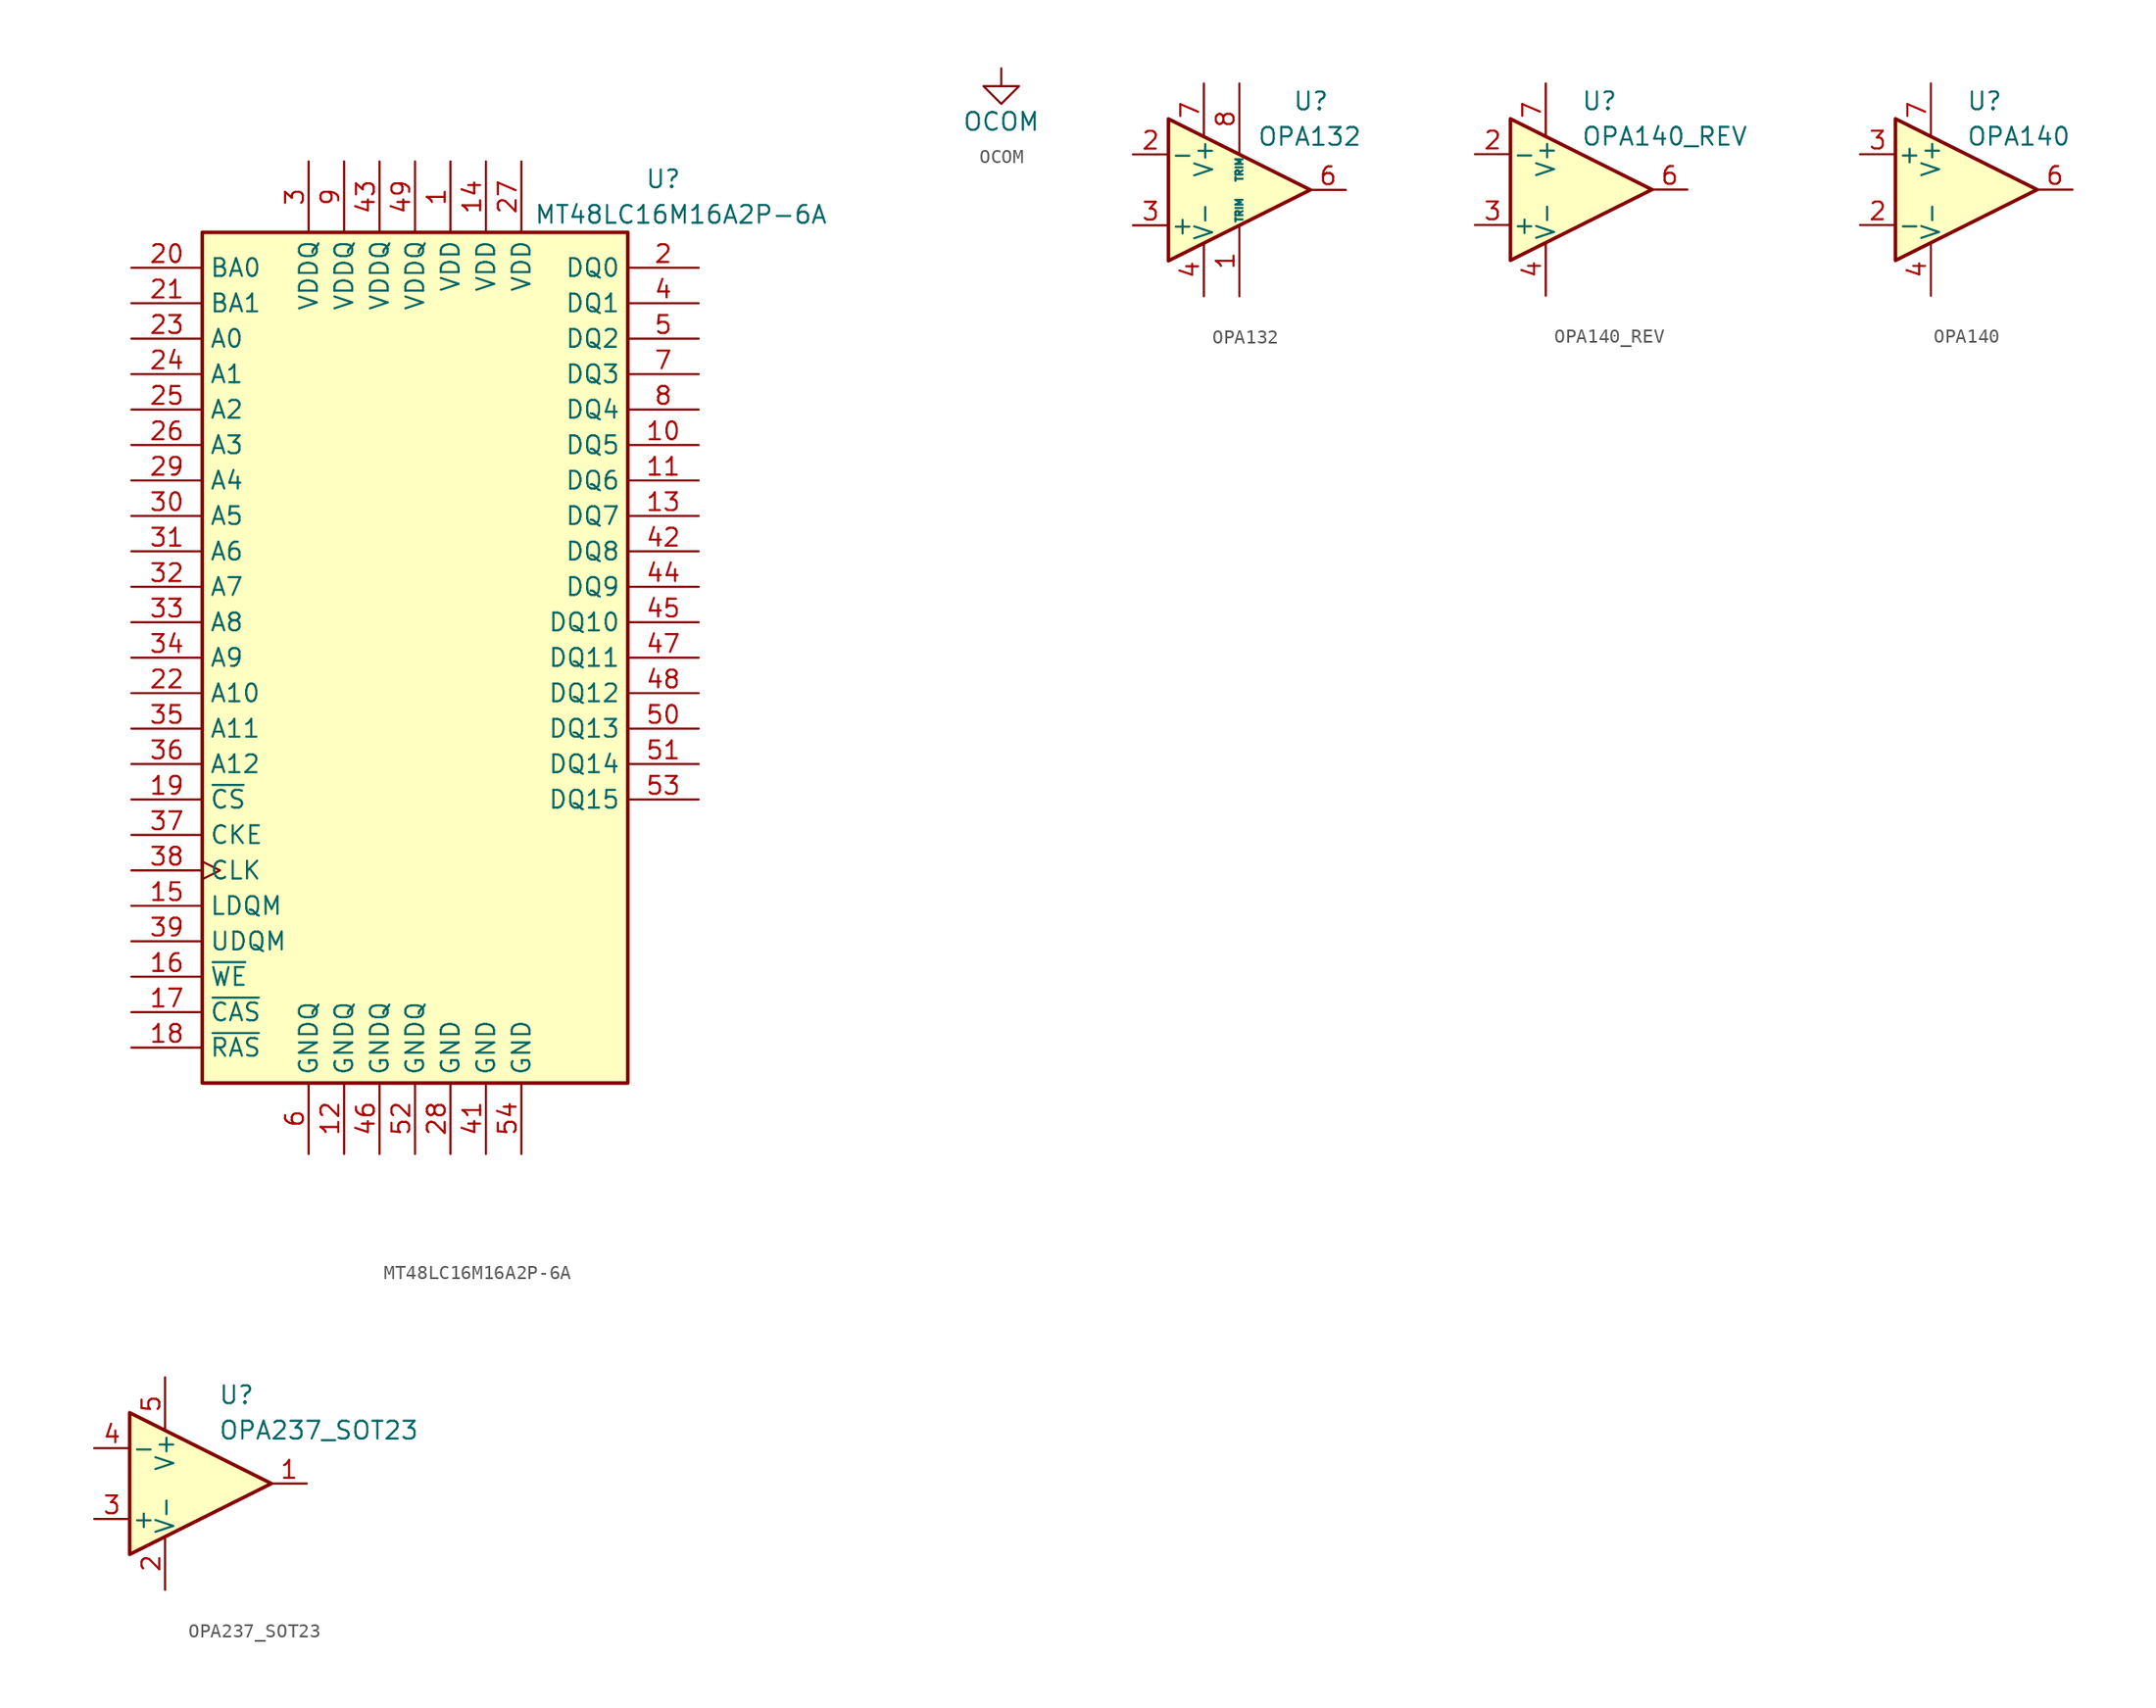
<source format=kicad_sym>
(kicad_symbol_lib
  (version 20220914)
  (generator kicad_symbol_editor)
  (symbol "MT48LC16M16A2P-6A"
    (property "Reference" "U"
      (at 17.78 34.29 0)
      (effects (font (size 1.27 1.27))))
    (property "Value" "MT48LC16M16A2P-6A"
      (at 19.05 31.75 0)
      (effects (font (size 1.27 1.27))))
    (symbol "MT48LC16M16A2P-6A_1_1"
      (rectangle (start -15.24 30.48) (end 15.24 -30.48) (stroke (width 0.254) (type default)) (fill (type background)))
      (pin power_in line (at 2.54 35.56 270) (length 5.08) (name "VDD" (effects (font (size 1.27 1.27)))) (number "1" (effects (font (size 1.27 1.27)))))
      (pin bidirectional line (at 20.32 15.24 180) (length 5.08) (name "DQ5" (effects (font (size 1.27 1.27)))) (number "10" (effects (font (size 1.27 1.27)))))
      (pin bidirectional line (at 20.32 12.7 180) (length 5.08) (name "DQ6" (effects (font (size 1.27 1.27)))) (number "11" (effects (font (size 1.27 1.27)))))
      (pin power_in line (at -5.08 -35.56 90) (length 5.08) (name "GNDQ" (effects (font (size 1.27 1.27)))) (number "12" (effects (font (size 1.27 1.27)))))
      (pin bidirectional line (at 20.32 10.16 180) (length 5.08) (name "DQ7" (effects (font (size 1.27 1.27)))) (number "13" (effects (font (size 1.27 1.27)))))
      (pin power_in line (at 5.08 35.56 270) (length 5.08) (name "VDD" (effects (font (size 1.27 1.27)))) (number "14" (effects (font (size 1.27 1.27)))))
      (pin input line (at -20.32 -17.78 0) (length 5.08) (name "LDQM" (effects (font (size 1.27 1.27)))) (number "15" (effects (font (size 1.27 1.27)))))
      (pin input line (at -20.32 -22.86 0) (length 5.08) (name "~{WE}" (effects (font (size 1.27 1.27)))) (number "16" (effects (font (size 1.27 1.27)))))
      (pin input line (at -20.32 -25.4 0) (length 5.08) (name "~{CAS}" (effects (font (size 1.27 1.27)))) (number "17" (effects (font (size 1.27 1.27)))))
      (pin input line (at -20.32 -27.94 0) (length 5.08) (name "~{RAS}" (effects (font (size 1.27 1.27)))) (number "18" (effects (font (size 1.27 1.27)))))
      (pin input line (at -20.32 -10.16 0) (length 5.08) (name "~{CS}" (effects (font (size 1.27 1.27)))) (number "19" (effects (font (size 1.27 1.27)))))
      (pin bidirectional line (at 20.32 27.94 180) (length 5.08) (name "DQ0" (effects (font (size 1.27 1.27)))) (number "2" (effects (font (size 1.27 1.27)))))
      (pin input line (at -20.32 27.94 0) (length 5.08) (name "BA0" (effects (font (size 1.27 1.27)))) (number "20" (effects (font (size 1.27 1.27)))))
      (pin input line (at -20.32 25.4 0) (length 5.08) (name "BA1" (effects (font (size 1.27 1.27)))) (number "21" (effects (font (size 1.27 1.27)))))
      (pin input line (at -20.32 -2.54 0) (length 5.08) (name "A10" (effects (font (size 1.27 1.27)))) (number "22" (effects (font (size 1.27 1.27)))))
      (pin input line (at -20.32 22.86 0) (length 5.08) (name "A0" (effects (font (size 1.27 1.27)))) (number "23" (effects (font (size 1.27 1.27)))))
      (pin input line (at -20.32 20.32 0) (length 5.08) (name "A1" (effects (font (size 1.27 1.27)))) (number "24" (effects (font (size 1.27 1.27)))))
      (pin input line (at -20.32 17.78 0) (length 5.08) (name "A2" (effects (font (size 1.27 1.27)))) (number "25" (effects (font (size 1.27 1.27)))))
      (pin input line (at -20.32 15.24 0) (length 5.08) (name "A3" (effects (font (size 1.27 1.27)))) (number "26" (effects (font (size 1.27 1.27)))))
      (pin power_in line (at 7.62 35.56 270) (length 5.08) (name "VDD" (effects (font (size 1.27 1.27)))) (number "27" (effects (font (size 1.27 1.27)))))
      (pin power_in line (at 2.54 -35.56 90) (length 5.08) (name "GND" (effects (font (size 1.27 1.27)))) (number "28" (effects (font (size 1.27 1.27)))))
      (pin input line (at -20.32 12.7 0) (length 5.08) (name "A4" (effects (font (size 1.27 1.27)))) (number "29" (effects (font (size 1.27 1.27)))))
      (pin power_in line (at -7.62 35.56 270) (length 5.08) (name "VDDQ" (effects (font (size 1.27 1.27)))) (number "3" (effects (font (size 1.27 1.27)))))
      (pin input line (at -20.32 10.16 0) (length 5.08) (name "A5" (effects (font (size 1.27 1.27)))) (number "30" (effects (font (size 1.27 1.27)))))
      (pin input line (at -20.32 7.62 0) (length 5.08) (name "A6" (effects (font (size 1.27 1.27)))) (number "31" (effects (font (size 1.27 1.27)))))
      (pin input line (at -20.32 5.08 0) (length 5.08) (name "A7" (effects (font (size 1.27 1.27)))) (number "32" (effects (font (size 1.27 1.27)))))
      (pin input line (at -20.32 2.54 0) (length 5.08) (name "A8" (effects (font (size 1.27 1.27)))) (number "33" (effects (font (size 1.27 1.27)))))
      (pin input line (at -20.32 0 0) (length 5.08) (name "A9" (effects (font (size 1.27 1.27)))) (number "34" (effects (font (size 1.27 1.27)))))
      (pin input line (at -20.32 -5.08 0) (length 5.08) (name "A11" (effects (font (size 1.27 1.27)))) (number "35" (effects (font (size 1.27 1.27)))))
      (pin input line (at -20.32 -7.62 0) (length 5.08) (name "A12" (effects (font (size 1.27 1.27)))) (number "36" (effects (font (size 1.27 1.27)))))
      (pin input line (at -20.32 -12.7 0) (length 5.08) (name "CKE" (effects (font (size 1.27 1.27)))) (number "37" (effects (font (size 1.27 1.27)))))
      (pin input clock (at -20.32 -15.24 0) (length 5.08) (name "CLK" (effects (font (size 1.27 1.27)))) (number "38" (effects (font (size 1.27 1.27)))))
      (pin input line (at -20.32 -20.32 0) (length 5.08) (name "UDQM" (effects (font (size 1.27 1.27)))) (number "39" (effects (font (size 1.27 1.27)))))
      (pin bidirectional line (at 20.32 25.4 180) (length 5.08) (name "DQ1" (effects (font (size 1.27 1.27)))) (number "4" (effects (font (size 1.27 1.27)))))
      (pin no_connect line (at 15.24 -20.32 180) (length 5.08) hide (name "NC" (effects (font (size 1.27 1.27)))) (number "40" (effects (font (size 1.27 1.27)))))
      (pin power_in line (at 5.08 -35.56 90) (length 5.08) (name "GND" (effects (font (size 1.27 1.27)))) (number "41" (effects (font (size 1.27 1.27)))))
      (pin bidirectional line (at 20.32 7.62 180) (length 5.08) (name "DQ8" (effects (font (size 1.27 1.27)))) (number "42" (effects (font (size 1.27 1.27)))))
      (pin power_in line (at -2.54 35.56 270) (length 5.08) (name "VDDQ" (effects (font (size 1.27 1.27)))) (number "43" (effects (font (size 1.27 1.27)))))
      (pin bidirectional line (at 20.32 5.08 180) (length 5.08) (name "DQ9" (effects (font (size 1.27 1.27)))) (number "44" (effects (font (size 1.27 1.27)))))
      (pin bidirectional line (at 20.32 2.54 180) (length 5.08) (name "DQ10" (effects (font (size 1.27 1.27)))) (number "45" (effects (font (size 1.27 1.27)))))
      (pin power_in line (at -2.54 -35.56 90) (length 5.08) (name "GNDQ" (effects (font (size 1.27 1.27)))) (number "46" (effects (font (size 1.27 1.27)))))
      (pin bidirectional line (at 20.32 0 180) (length 5.08) (name "DQ11" (effects (font (size 1.27 1.27)))) (number "47" (effects (font (size 1.27 1.27)))))
      (pin bidirectional line (at 20.32 -2.54 180) (length 5.08) (name "DQ12" (effects (font (size 1.27 1.27)))) (number "48" (effects (font (size 1.27 1.27)))))
      (pin power_in line (at 0 35.56 270) (length 5.08) (name "VDDQ" (effects (font (size 1.27 1.27)))) (number "49" (effects (font (size 1.27 1.27)))))
      (pin bidirectional line (at 20.32 22.86 180) (length 5.08) (name "DQ2" (effects (font (size 1.27 1.27)))) (number "5" (effects (font (size 1.27 1.27)))))
      (pin bidirectional line (at 20.32 -5.08 180) (length 5.08) (name "DQ13" (effects (font (size 1.27 1.27)))) (number "50" (effects (font (size 1.27 1.27)))))
      (pin bidirectional line (at 20.32 -7.62 180) (length 5.08) (name "DQ14" (effects (font (size 1.27 1.27)))) (number "51" (effects (font (size 1.27 1.27)))))
      (pin power_in line (at 0 -35.56 90) (length 5.08) (name "GNDQ" (effects (font (size 1.27 1.27)))) (number "52" (effects (font (size 1.27 1.27)))))
      (pin bidirectional line (at 20.32 -10.16 180) (length 5.08) (name "DQ15" (effects (font (size 1.27 1.27)))) (number "53" (effects (font (size 1.27 1.27)))))
      (pin power_in line (at 7.62 -35.56 90) (length 5.08) (name "GND" (effects (font (size 1.27 1.27)))) (number "54" (effects (font (size 1.27 1.27)))))
      (pin power_in line (at -7.62 -35.56 90) (length 5.08) (name "GNDQ" (effects (font (size 1.27 1.27)))) (number "6" (effects (font (size 1.27 1.27)))))
      (pin bidirectional line (at 20.32 20.32 180) (length 5.08) (name "DQ3" (effects (font (size 1.27 1.27)))) (number "7" (effects (font (size 1.27 1.27)))))
      (pin bidirectional line (at 20.32 17.78 180) (length 5.08) (name "DQ4" (effects (font (size 1.27 1.27)))) (number "8" (effects (font (size 1.27 1.27)))))
      (pin power_in line (at -5.08 35.56 270) (length 5.08) (name "VDDQ" (effects (font (size 1.27 1.27)))) (number "9" (effects (font (size 1.27 1.27)))))))
  (symbol "OCOM"
    (power)
    (pin_names
      (offset 0))
    (property "Reference" "#PWR"
      (at 0 -6.35 0)
      (effects (font (size 1.27 1.27)) hide))
    (property "Value" "OCOM"
      (at 0 -3.81 0)
      (effects (font (size 1.27 1.27))))
    (symbol "OCOM_0_1"
      (polyline (pts (xy 0 0) (xy 0 -1.27) (xy 1.27 -1.27) (xy 0 -2.54) (xy -1.27 -1.27) (xy 0 -1.27)) (stroke (width 0) (type default)) (fill (type none))))
    (symbol "OCOM_1_1"
      (pin power_in line (at 0 0 270) (length 0) hide (name "OCOM" (effects (font (size 1.27 1.27)))) (number "1" (effects (font (size 1.27 1.27)))))))
  (symbol "OPA132"
    (pin_names
      (offset 0.127))
    (property "Reference" "U"
      (at 3.81 6.35 0)
      (effects (font (size 1.27 1.27)) (justify left)))
    (property "Value" "OPA132"
      (at 1.27 3.81 0)
      (effects (font (size 1.27 1.27)) (justify left)))
    (symbol "OPA132_0_1"
      (polyline (pts (xy -5.08 5.08) (xy 5.08 0) (xy -5.08 -5.08) (xy -5.08 5.08)) (stroke (width 0.254) (type default)) (fill (type background))))
    (symbol "OPA132_1_1"
      (pin input line (at 0 -7.62 90) (length 5.08) (name "TRIM" (effects (font (size 0.508 0.508)))) (number "1" (effects (font (size 1.27 1.27)))))
      (pin input line (at -7.62 2.54 0) (length 2.54) (name "-" (effects (font (size 1.27 1.27)))) (number "2" (effects (font (size 1.27 1.27)))))
      (pin input line (at -7.62 -2.54 0) (length 2.54) (name "+" (effects (font (size 1.27 1.27)))) (number "3" (effects (font (size 1.27 1.27)))))
      (pin power_in line (at -2.54 -7.62 90) (length 3.81) (name "V-" (effects (font (size 1.27 1.27)))) (number "4" (effects (font (size 1.27 1.27)))))
      (pin no_connect non_logic (at 2.54 -1.27 90) (length 0) hide (name "NC" (effects (font (size 0.508 0.508)))) (number "5" (effects (font (size 1.27 1.27)))))
      (pin output line (at 7.62 0 180) (length 2.54) (name "~" (effects (font (size 1.27 1.27)))) (number "6" (effects (font (size 1.27 1.27)))))
      (pin power_in line (at -2.54 7.62 270) (length 3.81) (name "V+" (effects (font (size 1.27 1.27)))) (number "7" (effects (font (size 1.27 1.27)))))
      (pin input line (at 0 7.62 270) (length 5.08) (name "TRIM" (effects (font (size 0.508 0.508)))) (number "8" (effects (font (size 1.27 1.27)))))))
  (symbol "OPA140_REV"
    (pin_names
      (offset 0.127))
    (property "Reference" "U"
      (at 0 6.35 0)
      (effects (font (size 1.27 1.27)) (justify left)))
    (property "Value" "OPA140_REV"
      (at 0 3.81 0)
      (effects (font (size 1.27 1.27)) (justify left)))
    (symbol "OPA140_REV_0_1"
      (polyline (pts (xy -5.08 5.08) (xy 5.08 0) (xy -5.08 -5.08) (xy -5.08 5.08)) (stroke (width 0.254) (type default)) (fill (type background))))
    (symbol "OPA140_REV_1_1"
      (pin no_connect non_logic (at -5.08 1.27 180) (length 0) hide (name "NULL" (effects (font (size 0.508 0.508)))) (number "1" (effects (font (size 1.27 1.27)))))
      (pin input line (at -7.62 2.54 0) (length 2.54) (name "-" (effects (font (size 1.27 1.27)))) (number "2" (effects (font (size 1.27 1.27)))))
      (pin input line (at -7.62 -2.54 0) (length 2.54) (name "+" (effects (font (size 1.27 1.27)))) (number "3" (effects (font (size 1.27 1.27)))))
      (pin power_in line (at -2.54 -7.62 90) (length 3.81) (name "V-" (effects (font (size 1.27 1.27)))) (number "4" (effects (font (size 1.27 1.27)))))
      (pin no_connect non_logic (at -5.08 -1.27 180) (length 0) hide (name "NULL" (effects (font (size 0.508 0.508)))) (number "5" (effects (font (size 1.27 1.27)))))
      (pin output line (at 7.62 0 180) (length 2.54) (name "~" (effects (font (size 1.27 1.27)))) (number "6" (effects (font (size 1.27 1.27)))))
      (pin power_in line (at -2.54 7.62 270) (length 3.81) (name "V+" (effects (font (size 1.27 1.27)))) (number "7" (effects (font (size 1.27 1.27)))))
      (pin no_connect line (at 0 2.54 270) (length 2.54) hide (name "NC" (effects (font (size 1.27 1.27)))) (number "8" (effects (font (size 1.27 1.27)))))))
  (symbol "OPA140"
    (pin_names
      (offset 0.127))
    (property "Reference" "U"
      (at 0 6.35 0)
      (effects (font (size 1.27 1.27)) (justify left)))
    (property "Value" "OPA140"
      (at 0 3.81 0)
      (effects (font (size 1.27 1.27)) (justify left)))
    (symbol "OPA140_0_1"
      (polyline (pts (xy -5.08 5.08) (xy 5.08 0) (xy -5.08 -5.08) (xy -5.08 5.08)) (stroke (width 0.254) (type default)) (fill (type background))))
    (symbol "OPA140_1_1"
      (pin no_connect non_logic (at -5.08 1.27 180) (length 0) hide (name "NULL" (effects (font (size 0.508 0.508)))) (number "1" (effects (font (size 1.27 1.27)))))
      (pin input line (at -7.62 -2.54 0) (length 2.54) (name "-" (effects (font (size 1.27 1.27)))) (number "2" (effects (font (size 1.27 1.27)))))
      (pin input line (at -7.62 2.54 0) (length 2.54) (name "+" (effects (font (size 1.27 1.27)))) (number "3" (effects (font (size 1.27 1.27)))))
      (pin power_in line (at -2.54 -7.62 90) (length 3.81) (name "V-" (effects (font (size 1.27 1.27)))) (number "4" (effects (font (size 1.27 1.27)))))
      (pin no_connect non_logic (at -5.08 -1.27 180) (length 0) hide (name "NULL" (effects (font (size 0.508 0.508)))) (number "5" (effects (font (size 1.27 1.27)))))
      (pin output line (at 7.62 0 180) (length 2.54) (name "~" (effects (font (size 1.27 1.27)))) (number "6" (effects (font (size 1.27 1.27)))))
      (pin power_in line (at -2.54 7.62 270) (length 3.81) (name "V+" (effects (font (size 1.27 1.27)))) (number "7" (effects (font (size 1.27 1.27)))))
      (pin no_connect line (at 0 2.54 270) (length 2.54) hide (name "NC" (effects (font (size 1.27 1.27)))) (number "8" (effects (font (size 1.27 1.27)))))))
  (symbol "OPA237_SOT23"
    (pin_names
      (offset 0.127))
    (property "Reference" "U"
      (at 2.54 6.35 0)
      (effects (font (size 1.27 1.27)) (justify left)))
    (property "Value" "OPA237_SOT23"
      (at 2.54 3.81 0)
      (effects (font (size 1.27 1.27)) (justify left)))
    (symbol "OPA237_SOT23_0_1"
      (polyline (pts (xy -3.81 5.08) (xy 6.35 0) (xy -3.81 -5.08) (xy -3.81 5.08)) (stroke (width 0.254) (type default)) (fill (type background))))
    (symbol "OPA237_SOT23_1_1"
      (pin output line (at 8.89 0 180) (length 2.54) (name "~" (effects (font (size 1.27 1.27)))) (number "1" (effects (font (size 1.27 1.27)))))
      (pin power_in line (at -1.27 -7.62 90) (length 3.81) (name "V-" (effects (font (size 1.27 1.27)))) (number "2" (effects (font (size 1.27 1.27)))))
      (pin input line (at -6.35 -2.54 0) (length 2.54) (name "+" (effects (font (size 1.27 1.27)))) (number "3" (effects (font (size 1.27 1.27)))))
      (pin input line (at -6.35 2.54 0) (length 2.54) (name "-" (effects (font (size 1.27 1.27)))) (number "4" (effects (font (size 1.27 1.27)))))
      (pin power_in line (at -1.27 7.62 270) (length 3.81) (name "V+" (effects (font (size 1.27 1.27)))) (number "5" (effects (font (size 1.27 1.27))))))))
</source>
